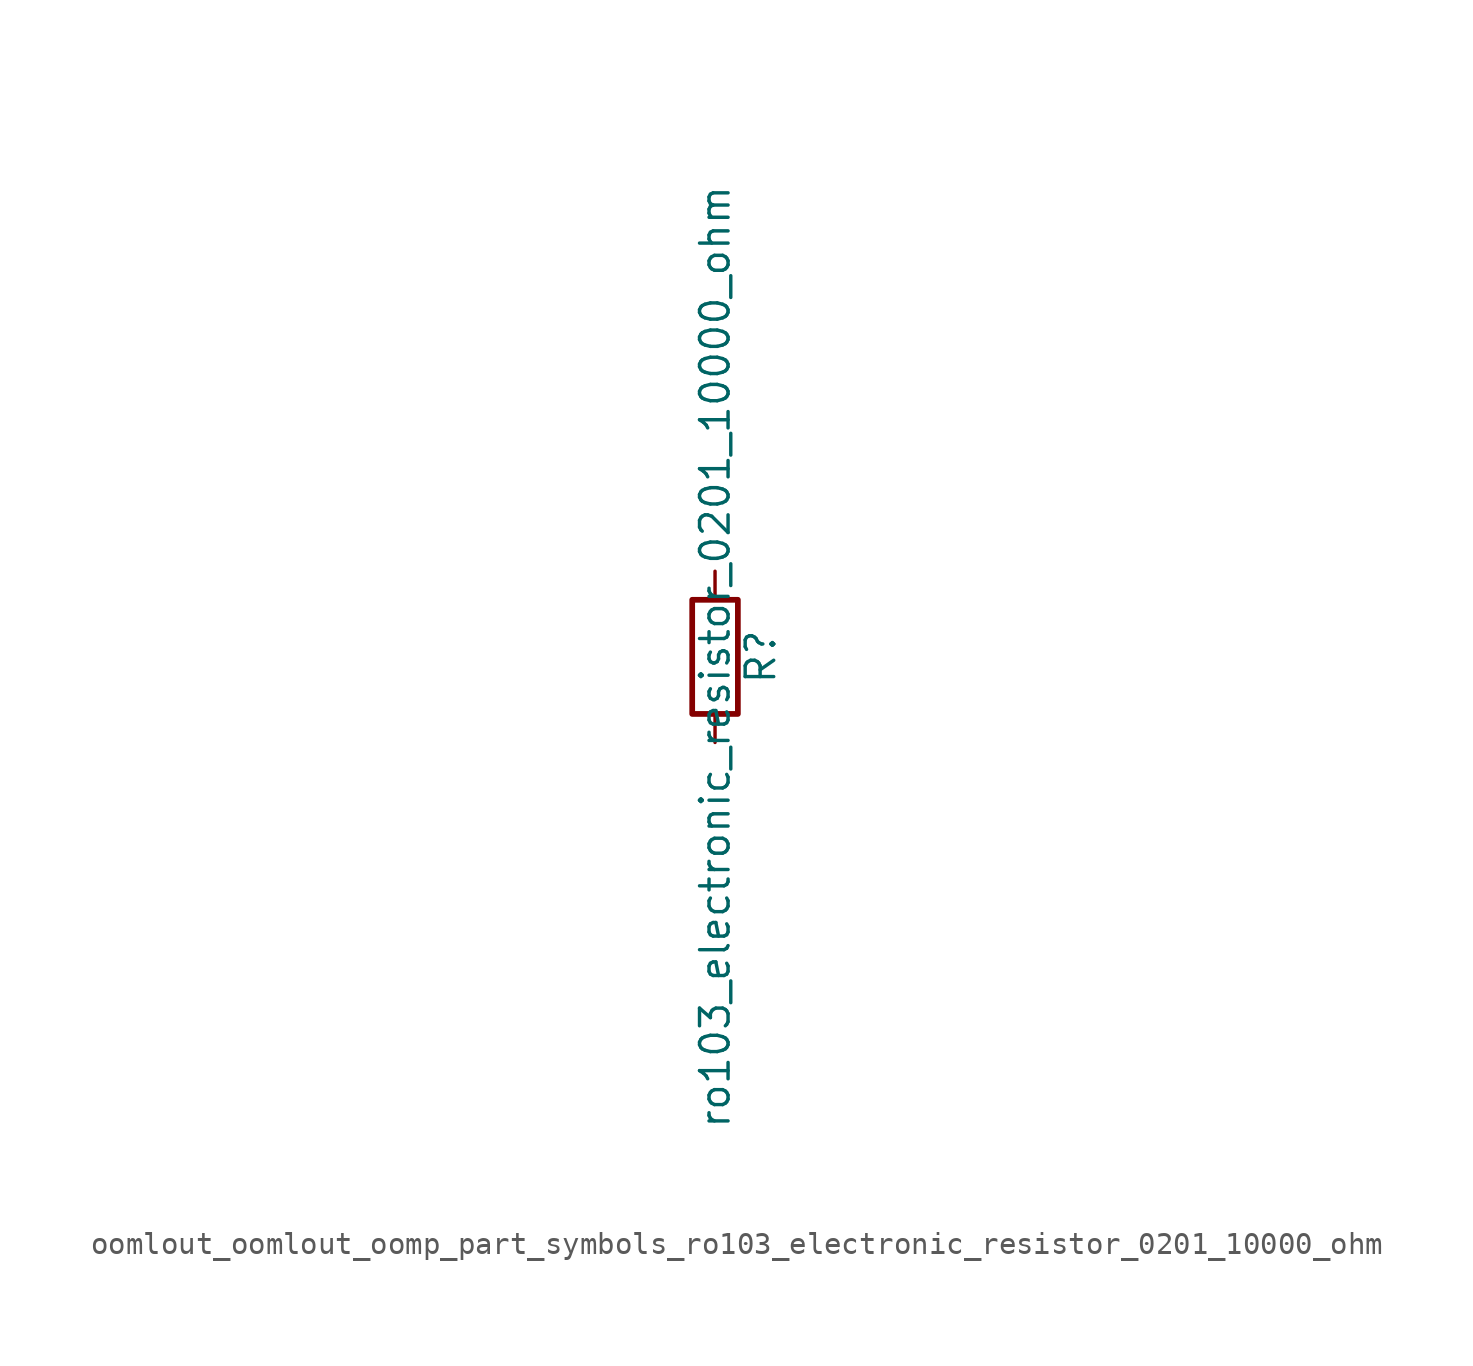
<source format=kicad_sym>
(kicad_symbol_lib
  (version 20220914)
  (generator kicad_symbol_editor)
  (symbol "oomlout_oomlout_oomp_part_symbols_ro103_electronic_resistor_0201_10000_ohm"
    (pin_numbers hide)
    (pin_names
      (offset 0))
    (property "Reference" "R"
      (at 2.032 0 90)
      (effects (font (size 1.27 1.27))))
    (property "Value" "ro103_electronic_resistor_0201_10000_ohm"
      (at 0 0 90)
      (effects (font (size 1.27 1.27))))
    (symbol "oomlout_oomlout_oomp_part_symbols_ro103_electronic_resistor_0201_10000_ohm_0_1"
      (rectangle (start -1.016 -2.54) (end 1.016 2.54) (stroke (width 0.254) (type default)) (fill (type none))))
    (symbol "oomlout_oomlout_oomp_part_symbols_ro103_electronic_resistor_0201_10000_ohm_1_1"
      (pin passive line (at 0 3.81 270) (length 1.27) (name "~" (effects (font (size 1.27 1.27)))) (number "1" (effects (font (size 1.27 1.27)))))
      (pin passive line (at 0 -3.81 90) (length 1.27) (name "~" (effects (font (size 1.27 1.27)))) (number "2" (effects (font (size 1.27 1.27))))))))
</source>
